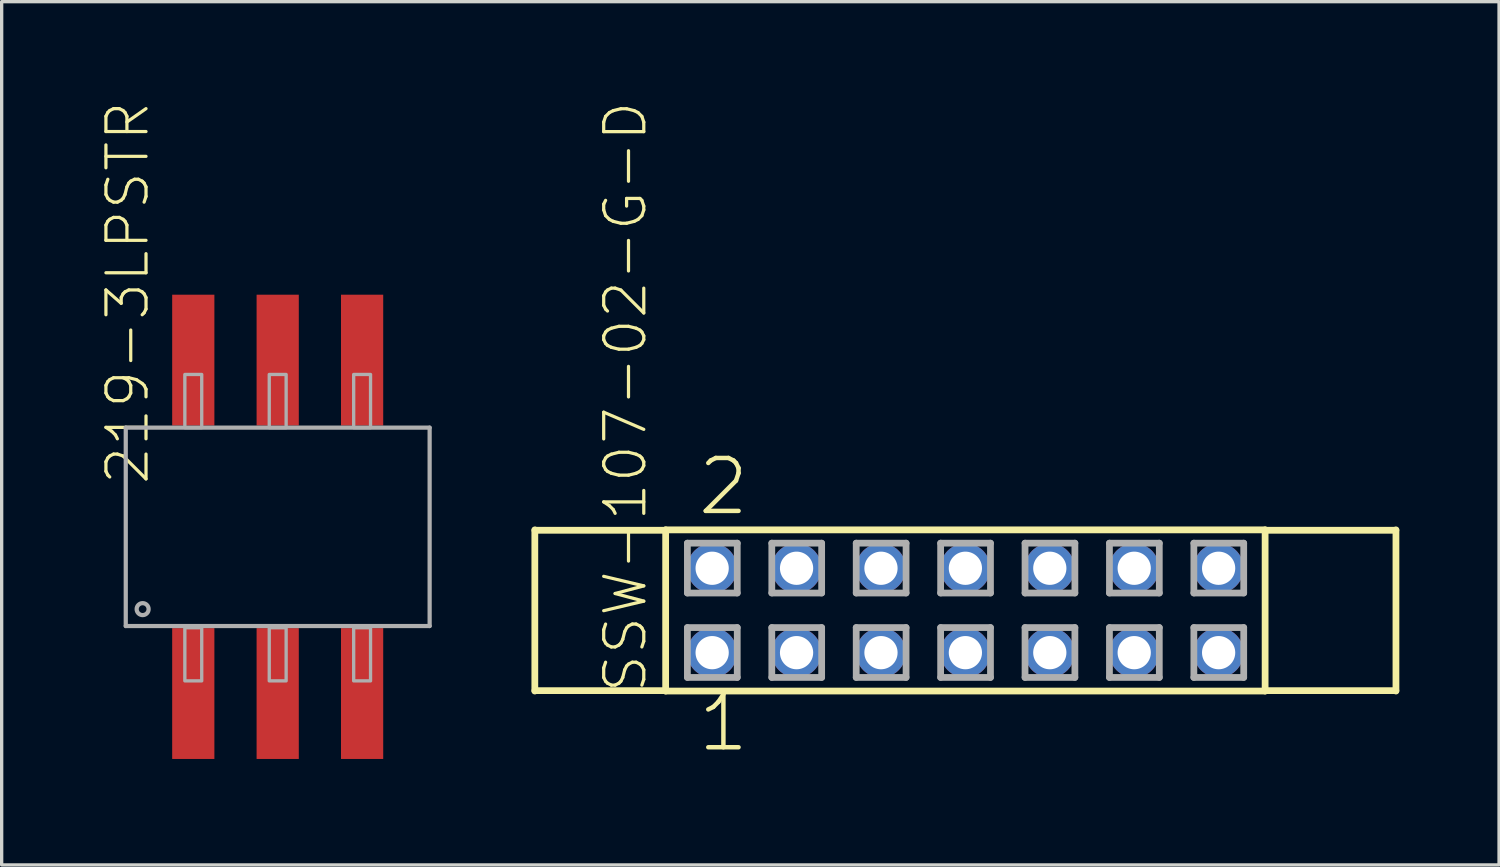
<source format=kicad_pcb>
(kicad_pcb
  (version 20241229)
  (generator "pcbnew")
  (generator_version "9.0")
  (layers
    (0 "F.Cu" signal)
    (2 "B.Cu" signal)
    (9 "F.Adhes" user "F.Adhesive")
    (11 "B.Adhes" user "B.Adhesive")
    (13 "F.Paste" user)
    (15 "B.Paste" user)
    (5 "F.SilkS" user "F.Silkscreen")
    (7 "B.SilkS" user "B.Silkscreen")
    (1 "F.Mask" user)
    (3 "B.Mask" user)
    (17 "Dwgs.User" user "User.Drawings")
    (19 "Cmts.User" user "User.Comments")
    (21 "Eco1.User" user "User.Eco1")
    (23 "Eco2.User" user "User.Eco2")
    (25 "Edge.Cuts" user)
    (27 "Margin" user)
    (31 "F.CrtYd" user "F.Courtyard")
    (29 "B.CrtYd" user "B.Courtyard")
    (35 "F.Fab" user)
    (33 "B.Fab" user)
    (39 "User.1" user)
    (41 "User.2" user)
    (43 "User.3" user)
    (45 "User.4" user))
  (footprint "219-3LPSTR"
    (layer "F.Cu")
    (at 5.306 12.739)
    (property "Reference" "219-3LPSTR" (at -3.81 -1.143 90) (layer "F.SilkS") (effects (font (size 1.206 1.206) (thickness 0.097)) (justify left bottom)))
    (attr through_hole)
    (fp_poly (pts (xy -1.35 -0.75) (xy -0.55 -0.75) (xy -0.55 -1.85) (xy -1.35 -1.85)) (stroke (width 0) (type solid)) (fill yes) (layer "F.Mask"))
    (fp_poly (pts (xy -0.55 0.75) (xy -1.35 0.75) (xy -1.35 1.85) (xy -0.55 1.85)) (stroke (width 0) (type solid)) (fill yes) (layer "F.Mask"))
    (fp_poly (pts (xy -0.4 -0.75) (xy 0.4 -0.75) (xy 0.4 -1.85) (xy -0.4 -1.85)) (stroke (width 0) (type solid)) (fill yes) (layer "F.Mask"))
    (fp_poly (pts (xy 0.4 0.75) (xy -0.4 0.75) (xy -0.4 1.85) (xy 0.4 1.85)) (stroke (width 0) (type solid)) (fill yes) (layer "F.Mask"))
    (fp_poly (pts (xy 0.55 -0.75) (xy 1.35 -0.75) (xy 1.35 -1.85) (xy 0.55 -1.85)) (stroke (width 0) (type solid)) (fill yes) (layer "F.Mask"))
    (fp_poly (pts (xy 1.35 0.75) (xy 0.55 0.75) (xy 0.55 1.85) (xy 1.35 1.85)) (stroke (width 0) (type solid)) (fill yes) (layer "F.Mask"))
    (fp_line (start -4.572 -2.921) (end -4.572 3.048) (stroke (width 0.127) (type solid)) (layer "F.Fab"))
    (fp_line (start -4.572 3.048) (end 4.572 3.048) (stroke (width 0.127) (type solid)) (layer "F.Fab"))
    (fp_line (start 4.572 -2.921) (end -4.572 -2.921) (stroke (width 0.127) (type solid)) (layer "F.Fab"))
    (fp_line (start 4.572 3.048) (end 4.572 -2.921) (stroke (width 0.127) (type solid)) (layer "F.Fab"))
    (fp_circle (center -4.064 2.54) (end -3.884 2.54) (stroke (width 0.127) (type solid)) (fill no) (layer "F.Fab"))
    (fp_poly (pts (xy -2.794 -2.921) (xy -2.286 -2.921) (xy -2.286 -4.521) (xy -2.794 -4.521)) (stroke (width 0.1) (type solid)) (fill no) (layer "F.Fab"))
    (fp_poly (pts (xy -2.794 4.699) (xy -2.286 4.699) (xy -2.286 3.099) (xy -2.794 3.099)) (stroke (width 0.1) (type solid)) (fill no) (layer "F.Fab"))
    (fp_poly (pts (xy -0.254 -2.921) (xy 0.254 -2.921) (xy 0.254 -4.521) (xy -0.254 -4.521)) (stroke (width 0.1) (type solid)) (fill no) (layer "F.Fab"))
    (fp_poly (pts (xy -0.254 4.699) (xy 0.254 4.699) (xy 0.254 3.099) (xy -0.254 3.099)) (stroke (width 0.1) (type solid)) (fill no) (layer "F.Fab"))
    (fp_poly (pts (xy 2.286 -2.921) (xy 2.794 -2.921) (xy 2.794 -4.521) (xy 2.286 -4.521)) (stroke (width 0.1) (type solid)) (fill no) (layer "F.Fab"))
    (fp_poly (pts (xy 2.286 4.699) (xy 2.794 4.699) (xy 2.794 3.099) (xy 2.286 3.099)) (stroke (width 0.1) (type solid)) (fill no) (layer "F.Fab"))
    (pad "1" smd rect (at -2.54 5.08) (size 1.27 3.937) (layers "F.Cu" "F.Mask" "F.Paste"))
    (pad "2" smd rect (at 0 5.08) (size 1.27 3.937) (layers "F.Cu" "F.Mask" "F.Paste"))
    (pad "3" smd rect (at 2.54 5.08) (size 1.27 3.937) (layers "F.Cu" "F.Mask" "F.Paste"))
    (pad "4" smd rect (at 2.54 -4.953) (size 1.27 3.937) (layers "F.Cu" "F.Mask" "F.Paste"))
    (pad "5" smd rect (at 0 -4.953) (size 1.27 3.937) (layers "F.Cu" "F.Mask" "F.Paste"))
    (pad "6" smd rect (at -2.54 -4.953) (size 1.27 3.937) (layers "F.Cu" "F.Mask" "F.Paste")))
  (footprint "SSW-107-02-G-D"
    (layer "F.Cu")
    (at 25.999 15.319)
    (property "Reference" "SSW-107-02-G-D" (at -9.525 2.54 270) (layer "F.SilkS") (effects (font (size 1.206 1.206) (thickness 0.097)) (justify left bottom)))
    (attr through_hole)
    (fp_line (start -12.956 2.425) (end -12.956 -2.425) (stroke (width 0.203) (type solid)) (layer "F.SilkS"))
    (fp_line (start -12.954 -2.413) (end -9.017 -2.413) (stroke (width 0.203) (type solid)) (layer "F.SilkS"))
    (fp_line (start -12.954 2.413) (end -9.017 2.413) (stroke (width 0.203) (type solid)) (layer "F.SilkS"))
    (fp_line (start -9.019 -2.425) (end 9.019 -2.425) (stroke (width 0.203) (type solid)) (layer "F.SilkS"))
    (fp_line (start -9.019 2.425) (end -9.019 -2.425) (stroke (width 0.203) (type solid)) (layer "F.SilkS"))
    (fp_line (start 9.019 -2.425) (end 9.019 2.425) (stroke (width 0.203) (type solid)) (layer "F.SilkS"))
    (fp_line (start 9.019 2.425) (end -9.019 2.425) (stroke (width 0.203) (type solid)) (layer "F.SilkS"))
    (fp_line (start 12.954 -2.413) (end 9.017 -2.413) (stroke (width 0.203) (type solid)) (layer "F.SilkS"))
    (fp_line (start 12.954 2.413) (end 9.017 2.413) (stroke (width 0.203) (type solid)) (layer "F.SilkS"))
    (fp_line (start 12.956 -2.425) (end 12.956 2.425) (stroke (width 0.203) (type solid)) (layer "F.SilkS"))
    (fp_line (start -8.365 -2.025) (end -6.865 -2.025) (stroke (width 0.203) (type solid)) (layer "F.Fab"))
    (fp_line (start -8.365 -0.525) (end -8.365 -2.025) (stroke (width 0.203) (type solid)) (layer "F.Fab"))
    (fp_line (start -8.365 0.515) (end -6.865 0.515) (stroke (width 0.203) (type solid)) (layer "F.Fab"))
    (fp_line (start -8.365 2.015) (end -8.365 0.515) (stroke (width 0.203) (type solid)) (layer "F.Fab"))
    (fp_line (start -6.865 -2.025) (end -6.865 -0.525) (stroke (width 0.203) (type solid)) (layer "F.Fab"))
    (fp_line (start -6.865 -0.525) (end -8.365 -0.525) (stroke (width 0.203) (type solid)) (layer "F.Fab"))
    (fp_line (start -6.865 0.515) (end -6.865 2.015) (stroke (width 0.203) (type solid)) (layer "F.Fab"))
    (fp_line (start -6.865 2.015) (end -8.365 2.015) (stroke (width 0.203) (type solid)) (layer "F.Fab"))
    (fp_line (start -5.825 -2.025) (end -4.325 -2.025) (stroke (width 0.203) (type solid)) (layer "F.Fab"))
    (fp_line (start -5.825 -0.525) (end -5.825 -2.025) (stroke (width 0.203) (type solid)) (layer "F.Fab"))
    (fp_line (start -5.825 0.515) (end -4.325 0.515) (stroke (width 0.203) (type solid)) (layer "F.Fab"))
    (fp_line (start -5.825 2.015) (end -5.825 0.515) (stroke (width 0.203) (type solid)) (layer "F.Fab"))
    (fp_line (start -4.325 -2.025) (end -4.325 -0.525) (stroke (width 0.203) (type solid)) (layer "F.Fab"))
    (fp_line (start -4.325 -0.525) (end -5.825 -0.525) (stroke (width 0.203) (type solid)) (layer "F.Fab"))
    (fp_line (start -4.325 0.515) (end -4.325 2.015) (stroke (width 0.203) (type solid)) (layer "F.Fab"))
    (fp_line (start -4.325 2.015) (end -5.825 2.015) (stroke (width 0.203) (type solid)) (layer "F.Fab"))
    (fp_line (start -3.285 -2.025) (end -1.785 -2.025) (stroke (width 0.203) (type solid)) (layer "F.Fab"))
    (fp_line (start -3.285 -0.525) (end -3.285 -2.025) (stroke (width 0.203) (type solid)) (layer "F.Fab"))
    (fp_line (start -3.285 0.515) (end -1.785 0.515) (stroke (width 0.203) (type solid)) (layer "F.Fab"))
    (fp_line (start -3.285 2.015) (end -3.285 0.515) (stroke (width 0.203) (type solid)) (layer "F.Fab"))
    (fp_line (start -1.785 -2.025) (end -1.785 -0.525) (stroke (width 0.203) (type solid)) (layer "F.Fab"))
    (fp_line (start -1.785 -0.525) (end -3.285 -0.525) (stroke (width 0.203) (type solid)) (layer "F.Fab"))
    (fp_line (start -1.785 0.515) (end -1.785 2.015) (stroke (width 0.203) (type solid)) (layer "F.Fab"))
    (fp_line (start -1.785 2.015) (end -3.285 2.015) (stroke (width 0.203) (type solid)) (layer "F.Fab"))
    (fp_line (start -0.745 -2.025) (end 0.755 -2.025) (stroke (width 0.203) (type solid)) (layer "F.Fab"))
    (fp_line (start -0.745 -0.525) (end -0.745 -2.025) (stroke (width 0.203) (type solid)) (layer "F.Fab"))
    (fp_line (start -0.745 0.515) (end 0.755 0.515) (stroke (width 0.203) (type solid)) (layer "F.Fab"))
    (fp_line (start -0.745 2.015) (end -0.745 0.515) (stroke (width 0.203) (type solid)) (layer "F.Fab"))
    (fp_line (start 0.755 -2.025) (end 0.755 -0.525) (stroke (width 0.203) (type solid)) (layer "F.Fab"))
    (fp_line (start 0.755 -0.525) (end -0.745 -0.525) (stroke (width 0.203) (type solid)) (layer "F.Fab"))
    (fp_line (start 0.755 0.515) (end 0.755 2.015) (stroke (width 0.203) (type solid)) (layer "F.Fab"))
    (fp_line (start 0.755 2.015) (end -0.745 2.015) (stroke (width 0.203) (type solid)) (layer "F.Fab"))
    (fp_line (start 1.795 -2.025) (end 3.295 -2.025) (stroke (width 0.203) (type solid)) (layer "F.Fab"))
    (fp_line (start 1.795 -0.525) (end 1.795 -2.025) (stroke (width 0.203) (type solid)) (layer "F.Fab"))
    (fp_line (start 1.795 0.515) (end 3.295 0.515) (stroke (width 0.203) (type solid)) (layer "F.Fab"))
    (fp_line (start 1.795 2.015) (end 1.795 0.515) (stroke (width 0.203) (type solid)) (layer "F.Fab"))
    (fp_line (start 3.295 -2.025) (end 3.295 -0.525) (stroke (width 0.203) (type solid)) (layer "F.Fab"))
    (fp_line (start 3.295 -0.525) (end 1.795 -0.525) (stroke (width 0.203) (type solid)) (layer "F.Fab"))
    (fp_line (start 3.295 0.515) (end 3.295 2.015) (stroke (width 0.203) (type solid)) (layer "F.Fab"))
    (fp_line (start 3.295 2.015) (end 1.795 2.015) (stroke (width 0.203) (type solid)) (layer "F.Fab"))
    (fp_line (start 4.335 -2.025) (end 5.835 -2.025) (stroke (width 0.203) (type solid)) (layer "F.Fab"))
    (fp_line (start 4.335 -0.525) (end 4.335 -2.025) (stroke (width 0.203) (type solid)) (layer "F.Fab"))
    (fp_line (start 4.335 0.515) (end 5.835 0.515) (stroke (width 0.203) (type solid)) (layer "F.Fab"))
    (fp_line (start 4.335 2.015) (end 4.335 0.515) (stroke (width 0.203) (type solid)) (layer "F.Fab"))
    (fp_line (start 5.835 -2.025) (end 5.835 -0.525) (stroke (width 0.203) (type solid)) (layer "F.Fab"))
    (fp_line (start 5.835 -0.525) (end 4.335 -0.525) (stroke (width 0.203) (type solid)) (layer "F.Fab"))
    (fp_line (start 5.835 0.515) (end 5.835 2.015) (stroke (width 0.203) (type solid)) (layer "F.Fab"))
    (fp_line (start 5.835 2.015) (end 4.335 2.015) (stroke (width 0.203) (type solid)) (layer "F.Fab"))
    (fp_line (start 6.875 -2.025) (end 8.375 -2.025) (stroke (width 0.203) (type solid)) (layer "F.Fab"))
    (fp_line (start 6.875 -0.525) (end 6.875 -2.025) (stroke (width 0.203) (type solid)) (layer "F.Fab"))
    (fp_line (start 6.875 0.515) (end 8.375 0.515) (stroke (width 0.203) (type solid)) (layer "F.Fab"))
    (fp_line (start 6.875 2.015) (end 6.875 0.515) (stroke (width 0.203) (type solid)) (layer "F.Fab"))
    (fp_line (start 8.375 -2.025) (end 8.375 -0.525) (stroke (width 0.203) (type solid)) (layer "F.Fab"))
    (fp_line (start 8.375 -0.525) (end 6.875 -0.525) (stroke (width 0.203) (type solid)) (layer "F.Fab"))
    (fp_line (start 8.375 0.515) (end 8.375 2.015) (stroke (width 0.203) (type solid)) (layer "F.Fab"))
    (fp_line (start 8.375 2.015) (end 6.875 2.015) (stroke (width 0.203) (type solid)) (layer "F.Fab"))
    (fp_text user "2" (at -8.128 -2.794 0) (layer "F.SilkS") (effects (font (size 1.593 1.593) (thickness 0.134)) (justify left bottom)))
    (fp_text user "1" (at -8.128 4.318 0) (layer "F.SilkS") (effects (font (size 1.593 1.593) (thickness 0.134)) (justify left bottom)))
    (pad "1" thru_hole circle (at -7.62 1.27) (size 1.5 1.5) (drill 1) (layers "*.Cu" "*.Mask"))
    (pad "2" thru_hole circle (at -7.62 -1.27) (size 1.5 1.5) (drill 1) (layers "*.Cu" "*.Mask"))
    (pad "3" thru_hole circle (at -5.08 1.27) (size 1.5 1.5) (drill 1) (layers "*.Cu" "*.Mask"))
    (pad "4" thru_hole circle (at -5.08 -1.27) (size 1.5 1.5) (drill 1) (layers "*.Cu" "*.Mask"))
    (pad "5" thru_hole circle (at -2.54 1.27) (size 1.5 1.5) (drill 1) (layers "*.Cu" "*.Mask"))
    (pad "6" thru_hole circle (at -2.54 -1.27) (size 1.5 1.5) (drill 1) (layers "*.Cu" "*.Mask"))
    (pad "7" thru_hole circle (at 0 1.27) (size 1.5 1.5) (drill 1) (layers "*.Cu" "*.Mask"))
    (pad "8" thru_hole circle (at 0 -1.27) (size 1.5 1.5) (drill 1) (layers "*.Cu" "*.Mask"))
    (pad "9" thru_hole circle (at 2.54 1.27) (size 1.5 1.5) (drill 1) (layers "*.Cu" "*.Mask"))
    (pad "10" thru_hole circle (at 2.54 -1.27) (size 1.5 1.5) (drill 1) (layers "*.Cu" "*.Mask"))
    (pad "11" thru_hole circle (at 5.08 1.27) (size 1.5 1.5) (drill 1) (layers "*.Cu" "*.Mask"))
    (pad "12" thru_hole circle (at 5.08 -1.27) (size 1.5 1.5) (drill 1) (layers "*.Cu" "*.Mask"))
    (pad "13" thru_hole circle (at 7.62 1.27) (size 1.5 1.5) (drill 1) (layers "*.Cu" "*.Mask"))
    (pad "14" thru_hole circle (at 7.62 -1.27) (size 1.5 1.5) (drill 1) (layers "*.Cu" "*.Mask")))
  (gr_rect
    (start -3 -3)
    (end 42.057 22.976)
    (stroke (width 0.1) (type default))
    (fill no)
    (layer "Edge.Cuts")))
</source>
